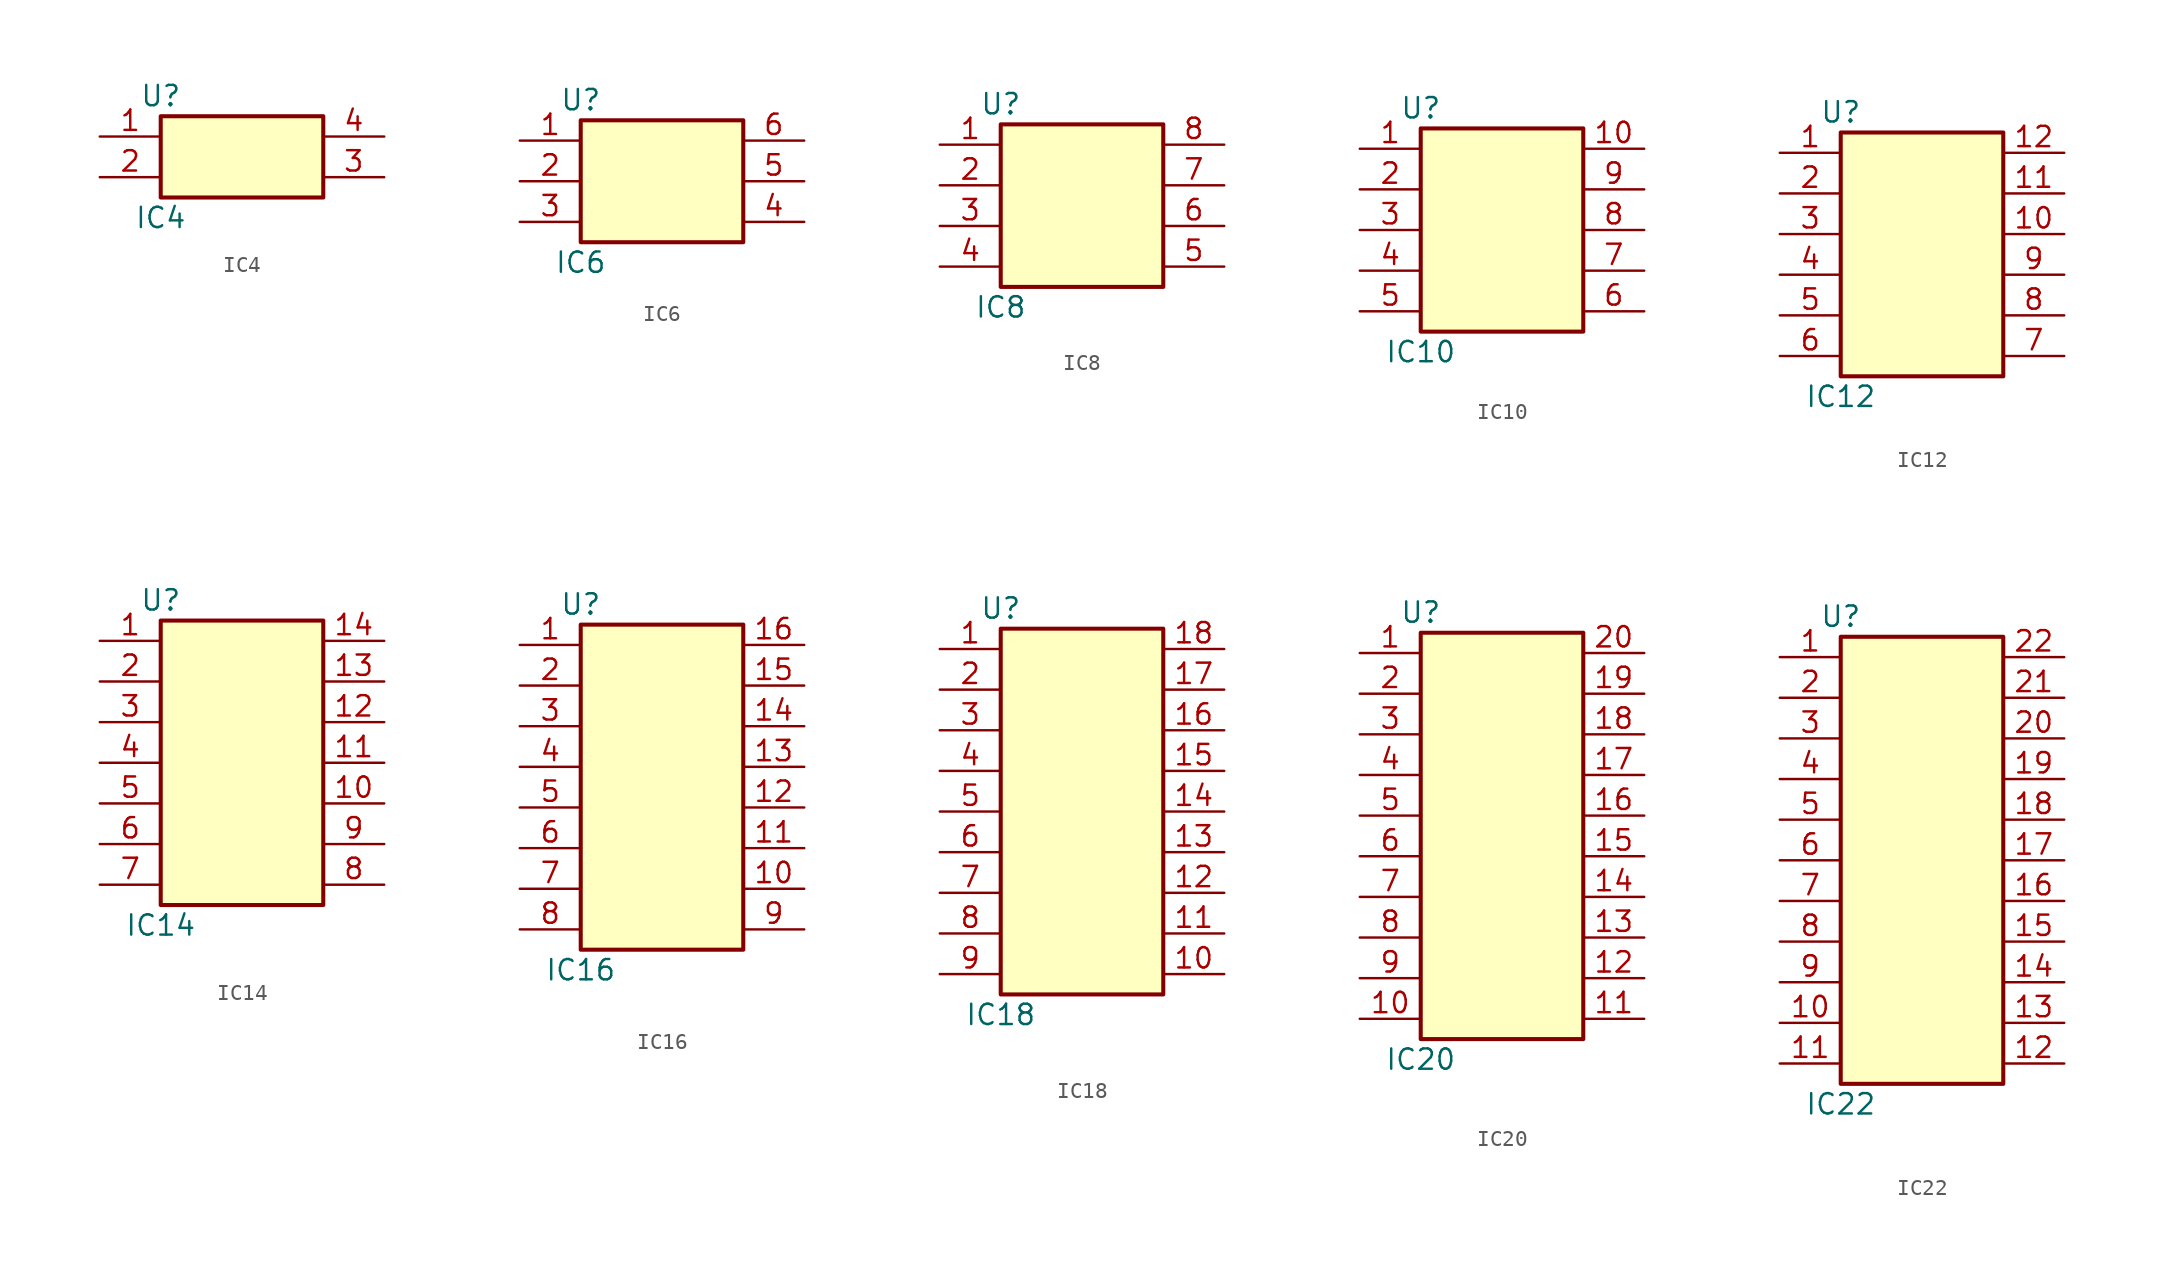
<source format=kicad_sym>
(kicad_symbol_lib
  (version 20211014)
  (generator kicad_symbol_editor)
  (symbol "IC4"
    (property "Reference" "U"
      (at -5.08 2.54 0)
      (effects (font (size 1.27 1.27))))
    (property "Value" "IC4"
      (at -5.08 -5.08 0)
      (effects (font (size 1.27 1.27))))
    (symbol "IC4_1_1"
      (rectangle (start -5.08 1.27) (end 5.08 -3.81) (stroke (width 0.254) (type default) (color 0 0 0 0)) (fill (type background)))
      (pin passive line (at -8.89 0 0) (length 3.81) (name "~" (effects (font (size 1.27 1.27)))) (number "1" (effects (font (size 1.27 1.27)))))
      (pin passive line (at -8.89 -2.54 0) (length 3.81) (name "~" (effects (font (size 1.27 1.27)))) (number "2" (effects (font (size 1.27 1.27)))))
      (pin passive line (at 8.89 -2.54 180) (length 3.81) (name "~" (effects (font (size 1.27 1.27)))) (number "3" (effects (font (size 1.27 1.27)))))
      (pin passive line (at 8.89 0 180) (length 3.81) (name "~" (effects (font (size 1.27 1.27)))) (number "4" (effects (font (size 1.27 1.27)))))))
  (symbol "IC6"
    (property "Reference" "U"
      (at -5.08 5.08 0)
      (effects (font (size 1.27 1.27))))
    (property "Value" "IC6"
      (at -5.08 -5.08 0)
      (effects (font (size 1.27 1.27))))
    (symbol "IC6_1_1"
      (rectangle (start -5.08 3.81) (end 5.08 -3.81) (stroke (width 0.254) (type default) (color 0 0 0 0)) (fill (type background)))
      (pin passive line (at -8.89 2.54 0) (length 3.81) (name "~" (effects (font (size 1.27 1.27)))) (number "1" (effects (font (size 1.27 1.27)))))
      (pin passive line (at -8.89 0 0) (length 3.81) (name "~" (effects (font (size 1.27 1.27)))) (number "2" (effects (font (size 1.27 1.27)))))
      (pin passive line (at -8.89 -2.54 0) (length 3.81) (name "~" (effects (font (size 1.27 1.27)))) (number "3" (effects (font (size 1.27 1.27)))))
      (pin passive line (at 8.89 -2.54 180) (length 3.81) (name "~" (effects (font (size 1.27 1.27)))) (number "4" (effects (font (size 1.27 1.27)))))
      (pin passive line (at 8.89 0 180) (length 3.81) (name "~" (effects (font (size 1.27 1.27)))) (number "5" (effects (font (size 1.27 1.27)))))
      (pin passive line (at 8.89 2.54 180) (length 3.81) (name "~" (effects (font (size 1.27 1.27)))) (number "6" (effects (font (size 1.27 1.27)))))))
  (symbol "IC8"
    (property "Reference" "U"
      (at -5.08 5.08 0)
      (effects (font (size 1.27 1.27))))
    (property "Value" "IC8"
      (at -5.08 -7.62 0)
      (effects (font (size 1.27 1.27))))
    (symbol "IC8_1_1"
      (rectangle (start -5.08 3.81) (end 5.08 -6.35) (stroke (width 0.254) (type default) (color 0 0 0 0)) (fill (type background)))
      (pin passive line (at -8.89 2.54 0) (length 3.81) (name "~" (effects (font (size 1.27 1.27)))) (number "1" (effects (font (size 1.27 1.27)))))
      (pin passive line (at -8.89 0 0) (length 3.81) (name "~" (effects (font (size 1.27 1.27)))) (number "2" (effects (font (size 1.27 1.27)))))
      (pin passive line (at -8.89 -2.54 0) (length 3.81) (name "~" (effects (font (size 1.27 1.27)))) (number "3" (effects (font (size 1.27 1.27)))))
      (pin passive line (at -8.89 -5.08 0) (length 3.81) (name "~" (effects (font (size 1.27 1.27)))) (number "4" (effects (font (size 1.27 1.27)))))
      (pin passive line (at 8.89 -5.08 180) (length 3.81) (name "~" (effects (font (size 1.27 1.27)))) (number "5" (effects (font (size 1.27 1.27)))))
      (pin passive line (at 8.89 -2.54 180) (length 3.81) (name "~" (effects (font (size 1.27 1.27)))) (number "6" (effects (font (size 1.27 1.27)))))
      (pin passive line (at 8.89 0 180) (length 3.81) (name "~" (effects (font (size 1.27 1.27)))) (number "7" (effects (font (size 1.27 1.27)))))
      (pin passive line (at 8.89 2.54 180) (length 3.81) (name "~" (effects (font (size 1.27 1.27)))) (number "8" (effects (font (size 1.27 1.27)))))))
  (symbol "IC10"
    (property "Reference" "U"
      (at -5.08 7.62 0)
      (effects (font (size 1.27 1.27))))
    (property "Value" "IC10"
      (at -5.08 -7.62 0)
      (effects (font (size 1.27 1.27))))
    (symbol "IC10_1_1"
      (rectangle (start -5.08 6.35) (end 5.08 -6.35) (stroke (width 0.254) (type default) (color 0 0 0 0)) (fill (type background)))
      (pin passive line (at -8.89 5.08 0) (length 3.81) (name "~" (effects (font (size 1.27 1.27)))) (number "1" (effects (font (size 1.27 1.27)))))
      (pin passive line (at 8.89 5.08 180) (length 3.81) (name "~" (effects (font (size 1.27 1.27)))) (number "10" (effects (font (size 1.27 1.27)))))
      (pin passive line (at -8.89 2.54 0) (length 3.81) (name "~" (effects (font (size 1.27 1.27)))) (number "2" (effects (font (size 1.27 1.27)))))
      (pin passive line (at -8.89 0 0) (length 3.81) (name "~" (effects (font (size 1.27 1.27)))) (number "3" (effects (font (size 1.27 1.27)))))
      (pin passive line (at -8.89 -2.54 0) (length 3.81) (name "~" (effects (font (size 1.27 1.27)))) (number "4" (effects (font (size 1.27 1.27)))))
      (pin passive line (at -8.89 -5.08 0) (length 3.81) (name "~" (effects (font (size 1.27 1.27)))) (number "5" (effects (font (size 1.27 1.27)))))
      (pin passive line (at 8.89 -5.08 180) (length 3.81) (name "~" (effects (font (size 1.27 1.27)))) (number "6" (effects (font (size 1.27 1.27)))))
      (pin passive line (at 8.89 -2.54 180) (length 3.81) (name "~" (effects (font (size 1.27 1.27)))) (number "7" (effects (font (size 1.27 1.27)))))
      (pin passive line (at 8.89 0 180) (length 3.81) (name "~" (effects (font (size 1.27 1.27)))) (number "8" (effects (font (size 1.27 1.27)))))
      (pin passive line (at 8.89 2.54 180) (length 3.81) (name "~" (effects (font (size 1.27 1.27)))) (number "9" (effects (font (size 1.27 1.27)))))))
  (symbol "IC12"
    (property "Reference" "U"
      (at -5.08 7.62 0)
      (effects (font (size 1.27 1.27))))
    (property "Value" "IC12"
      (at -5.08 -10.16 0)
      (effects (font (size 1.27 1.27))))
    (symbol "IC12_1_1"
      (rectangle (start -5.08 6.35) (end 5.08 -8.89) (stroke (width 0.254) (type default) (color 0 0 0 0)) (fill (type background)))
      (pin passive line (at -8.89 5.08 0) (length 3.81) (name "~" (effects (font (size 1.27 1.27)))) (number "1" (effects (font (size 1.27 1.27)))))
      (pin passive line (at 8.89 0 180) (length 3.81) (name "~" (effects (font (size 1.27 1.27)))) (number "10" (effects (font (size 1.27 1.27)))))
      (pin passive line (at 8.89 2.54 180) (length 3.81) (name "~" (effects (font (size 1.27 1.27)))) (number "11" (effects (font (size 1.27 1.27)))))
      (pin passive line (at 8.89 5.08 180) (length 3.81) (name "~" (effects (font (size 1.27 1.27)))) (number "12" (effects (font (size 1.27 1.27)))))
      (pin passive line (at -8.89 2.54 0) (length 3.81) (name "~" (effects (font (size 1.27 1.27)))) (number "2" (effects (font (size 1.27 1.27)))))
      (pin passive line (at -8.89 0 0) (length 3.81) (name "~" (effects (font (size 1.27 1.27)))) (number "3" (effects (font (size 1.27 1.27)))))
      (pin passive line (at -8.89 -2.54 0) (length 3.81) (name "~" (effects (font (size 1.27 1.27)))) (number "4" (effects (font (size 1.27 1.27)))))
      (pin passive line (at -8.89 -5.08 0) (length 3.81) (name "~" (effects (font (size 1.27 1.27)))) (number "5" (effects (font (size 1.27 1.27)))))
      (pin passive line (at -8.89 -7.62 0) (length 3.81) (name "~" (effects (font (size 1.27 1.27)))) (number "6" (effects (font (size 1.27 1.27)))))
      (pin passive line (at 8.89 -7.62 180) (length 3.81) (name "~" (effects (font (size 1.27 1.27)))) (number "7" (effects (font (size 1.27 1.27)))))
      (pin passive line (at 8.89 -5.08 180) (length 3.81) (name "~" (effects (font (size 1.27 1.27)))) (number "8" (effects (font (size 1.27 1.27)))))
      (pin passive line (at 8.89 -2.54 180) (length 3.81) (name "~" (effects (font (size 1.27 1.27)))) (number "9" (effects (font (size 1.27 1.27)))))))
  (symbol "IC14"
    (property "Reference" "U"
      (at -5.08 10.16 0)
      (effects (font (size 1.27 1.27))))
    (property "Value" "IC14"
      (at -5.08 -10.16 0)
      (effects (font (size 1.27 1.27))))
    (symbol "IC14_1_1"
      (rectangle (start -5.08 8.89) (end 5.08 -8.89) (stroke (width 0.254) (type default) (color 0 0 0 0)) (fill (type background)))
      (pin passive line (at -8.89 7.62 0) (length 3.81) (name "~" (effects (font (size 1.27 1.27)))) (number "1" (effects (font (size 1.27 1.27)))))
      (pin passive line (at 8.89 -2.54 180) (length 3.81) (name "~" (effects (font (size 1.27 1.27)))) (number "10" (effects (font (size 1.27 1.27)))))
      (pin passive line (at 8.89 0 180) (length 3.81) (name "~" (effects (font (size 1.27 1.27)))) (number "11" (effects (font (size 1.27 1.27)))))
      (pin passive line (at 8.89 2.54 180) (length 3.81) (name "~" (effects (font (size 1.27 1.27)))) (number "12" (effects (font (size 1.27 1.27)))))
      (pin passive line (at 8.89 5.08 180) (length 3.81) (name "~" (effects (font (size 1.27 1.27)))) (number "13" (effects (font (size 1.27 1.27)))))
      (pin passive line (at 8.89 7.62 180) (length 3.81) (name "~" (effects (font (size 1.27 1.27)))) (number "14" (effects (font (size 1.27 1.27)))))
      (pin passive line (at -8.89 5.08 0) (length 3.81) (name "~" (effects (font (size 1.27 1.27)))) (number "2" (effects (font (size 1.27 1.27)))))
      (pin passive line (at -8.89 2.54 0) (length 3.81) (name "~" (effects (font (size 1.27 1.27)))) (number "3" (effects (font (size 1.27 1.27)))))
      (pin passive line (at -8.89 0 0) (length 3.81) (name "~" (effects (font (size 1.27 1.27)))) (number "4" (effects (font (size 1.27 1.27)))))
      (pin passive line (at -8.89 -2.54 0) (length 3.81) (name "~" (effects (font (size 1.27 1.27)))) (number "5" (effects (font (size 1.27 1.27)))))
      (pin passive line (at -8.89 -5.08 0) (length 3.81) (name "~" (effects (font (size 1.27 1.27)))) (number "6" (effects (font (size 1.27 1.27)))))
      (pin passive line (at -8.89 -7.62 0) (length 3.81) (name "~" (effects (font (size 1.27 1.27)))) (number "7" (effects (font (size 1.27 1.27)))))
      (pin passive line (at 8.89 -7.62 180) (length 3.81) (name "~" (effects (font (size 1.27 1.27)))) (number "8" (effects (font (size 1.27 1.27)))))
      (pin passive line (at 8.89 -5.08 180) (length 3.81) (name "~" (effects (font (size 1.27 1.27)))) (number "9" (effects (font (size 1.27 1.27)))))))
  (symbol "IC16"
    (property "Reference" "U"
      (at -5.08 10.16 0)
      (effects (font (size 1.27 1.27))))
    (property "Value" "IC16"
      (at -5.08 -12.7 0)
      (effects (font (size 1.27 1.27))))
    (symbol "IC16_1_1"
      (rectangle (start -5.08 8.89) (end 5.08 -11.43) (stroke (width 0.254) (type default) (color 0 0 0 0)) (fill (type background)))
      (pin passive line (at -8.89 7.62 0) (length 3.81) (name "~" (effects (font (size 1.27 1.27)))) (number "1" (effects (font (size 1.27 1.27)))))
      (pin passive line (at 8.89 -7.62 180) (length 3.81) (name "~" (effects (font (size 1.27 1.27)))) (number "10" (effects (font (size 1.27 1.27)))))
      (pin passive line (at 8.89 -5.08 180) (length 3.81) (name "~" (effects (font (size 1.27 1.27)))) (number "11" (effects (font (size 1.27 1.27)))))
      (pin passive line (at 8.89 -2.54 180) (length 3.81) (name "~" (effects (font (size 1.27 1.27)))) (number "12" (effects (font (size 1.27 1.27)))))
      (pin passive line (at 8.89 0 180) (length 3.81) (name "~" (effects (font (size 1.27 1.27)))) (number "13" (effects (font (size 1.27 1.27)))))
      (pin passive line (at 8.89 2.54 180) (length 3.81) (name "~" (effects (font (size 1.27 1.27)))) (number "14" (effects (font (size 1.27 1.27)))))
      (pin passive line (at 8.89 5.08 180) (length 3.81) (name "~" (effects (font (size 1.27 1.27)))) (number "15" (effects (font (size 1.27 1.27)))))
      (pin passive line (at 8.89 7.62 180) (length 3.81) (name "~" (effects (font (size 1.27 1.27)))) (number "16" (effects (font (size 1.27 1.27)))))
      (pin passive line (at -8.89 5.08 0) (length 3.81) (name "~" (effects (font (size 1.27 1.27)))) (number "2" (effects (font (size 1.27 1.27)))))
      (pin passive line (at -8.89 2.54 0) (length 3.81) (name "~" (effects (font (size 1.27 1.27)))) (number "3" (effects (font (size 1.27 1.27)))))
      (pin passive line (at -8.89 0 0) (length 3.81) (name "~" (effects (font (size 1.27 1.27)))) (number "4" (effects (font (size 1.27 1.27)))))
      (pin passive line (at -8.89 -2.54 0) (length 3.81) (name "~" (effects (font (size 1.27 1.27)))) (number "5" (effects (font (size 1.27 1.27)))))
      (pin passive line (at -8.89 -5.08 0) (length 3.81) (name "~" (effects (font (size 1.27 1.27)))) (number "6" (effects (font (size 1.27 1.27)))))
      (pin passive line (at -8.89 -7.62 0) (length 3.81) (name "~" (effects (font (size 1.27 1.27)))) (number "7" (effects (font (size 1.27 1.27)))))
      (pin passive line (at -8.89 -10.16 0) (length 3.81) (name "~" (effects (font (size 1.27 1.27)))) (number "8" (effects (font (size 1.27 1.27)))))
      (pin passive line (at 8.89 -10.16 180) (length 3.81) (name "~" (effects (font (size 1.27 1.27)))) (number "9" (effects (font (size 1.27 1.27)))))))
  (symbol "IC18"
    (property "Reference" "U"
      (at -5.08 12.7 0)
      (effects (font (size 1.27 1.27))))
    (property "Value" "IC18"
      (at -5.08 -12.7 0)
      (effects (font (size 1.27 1.27))))
    (symbol "IC18_1_1"
      (rectangle (start -5.08 11.43) (end 5.08 -11.43) (stroke (width 0.254) (type default) (color 0 0 0 0)) (fill (type background)))
      (pin passive line (at -8.89 10.16 0) (length 3.81) (name "~" (effects (font (size 1.27 1.27)))) (number "1" (effects (font (size 1.27 1.27)))))
      (pin passive line (at 8.89 -10.16 180) (length 3.81) (name "~" (effects (font (size 1.27 1.27)))) (number "10" (effects (font (size 1.27 1.27)))))
      (pin passive line (at 8.89 -7.62 180) (length 3.81) (name "~" (effects (font (size 1.27 1.27)))) (number "11" (effects (font (size 1.27 1.27)))))
      (pin passive line (at 8.89 -5.08 180) (length 3.81) (name "~" (effects (font (size 1.27 1.27)))) (number "12" (effects (font (size 1.27 1.27)))))
      (pin passive line (at 8.89 -2.54 180) (length 3.81) (name "~" (effects (font (size 1.27 1.27)))) (number "13" (effects (font (size 1.27 1.27)))))
      (pin passive line (at 8.89 0 180) (length 3.81) (name "~" (effects (font (size 1.27 1.27)))) (number "14" (effects (font (size 1.27 1.27)))))
      (pin passive line (at 8.89 2.54 180) (length 3.81) (name "~" (effects (font (size 1.27 1.27)))) (number "15" (effects (font (size 1.27 1.27)))))
      (pin passive line (at 8.89 5.08 180) (length 3.81) (name "~" (effects (font (size 1.27 1.27)))) (number "16" (effects (font (size 1.27 1.27)))))
      (pin passive line (at 8.89 7.62 180) (length 3.81) (name "~" (effects (font (size 1.27 1.27)))) (number "17" (effects (font (size 1.27 1.27)))))
      (pin passive line (at 8.89 10.16 180) (length 3.81) (name "~" (effects (font (size 1.27 1.27)))) (number "18" (effects (font (size 1.27 1.27)))))
      (pin passive line (at -8.89 7.62 0) (length 3.81) (name "~" (effects (font (size 1.27 1.27)))) (number "2" (effects (font (size 1.27 1.27)))))
      (pin passive line (at -8.89 5.08 0) (length 3.81) (name "~" (effects (font (size 1.27 1.27)))) (number "3" (effects (font (size 1.27 1.27)))))
      (pin passive line (at -8.89 2.54 0) (length 3.81) (name "~" (effects (font (size 1.27 1.27)))) (number "4" (effects (font (size 1.27 1.27)))))
      (pin passive line (at -8.89 0 0) (length 3.81) (name "~" (effects (font (size 1.27 1.27)))) (number "5" (effects (font (size 1.27 1.27)))))
      (pin passive line (at -8.89 -2.54 0) (length 3.81) (name "~" (effects (font (size 1.27 1.27)))) (number "6" (effects (font (size 1.27 1.27)))))
      (pin passive line (at -8.89 -5.08 0) (length 3.81) (name "~" (effects (font (size 1.27 1.27)))) (number "7" (effects (font (size 1.27 1.27)))))
      (pin passive line (at -8.89 -7.62 0) (length 3.81) (name "~" (effects (font (size 1.27 1.27)))) (number "8" (effects (font (size 1.27 1.27)))))
      (pin passive line (at -8.89 -10.16 0) (length 3.81) (name "~" (effects (font (size 1.27 1.27)))) (number "9" (effects (font (size 1.27 1.27)))))))
  (symbol "IC20"
    (property "Reference" "U"
      (at -5.08 12.7 0)
      (effects (font (size 1.27 1.27))))
    (property "Value" "IC20"
      (at -5.08 -15.24 0)
      (effects (font (size 1.27 1.27))))
    (symbol "IC20_1_1"
      (rectangle (start -5.08 11.43) (end 5.08 -13.97) (stroke (width 0.254) (type default) (color 0 0 0 0)) (fill (type background)))
      (pin passive line (at -8.89 10.16 0) (length 3.81) (name "~" (effects (font (size 1.27 1.27)))) (number "1" (effects (font (size 1.27 1.27)))))
      (pin passive line (at -8.89 -12.7 0) (length 3.81) (name "~" (effects (font (size 1.27 1.27)))) (number "10" (effects (font (size 1.27 1.27)))))
      (pin passive line (at 8.89 -12.7 180) (length 3.81) (name "~" (effects (font (size 1.27 1.27)))) (number "11" (effects (font (size 1.27 1.27)))))
      (pin passive line (at 8.89 -10.16 180) (length 3.81) (name "~" (effects (font (size 1.27 1.27)))) (number "12" (effects (font (size 1.27 1.27)))))
      (pin passive line (at 8.89 -7.62 180) (length 3.81) (name "~" (effects (font (size 1.27 1.27)))) (number "13" (effects (font (size 1.27 1.27)))))
      (pin passive line (at 8.89 -5.08 180) (length 3.81) (name "~" (effects (font (size 1.27 1.27)))) (number "14" (effects (font (size 1.27 1.27)))))
      (pin passive line (at 8.89 -2.54 180) (length 3.81) (name "~" (effects (font (size 1.27 1.27)))) (number "15" (effects (font (size 1.27 1.27)))))
      (pin passive line (at 8.89 0 180) (length 3.81) (name "~" (effects (font (size 1.27 1.27)))) (number "16" (effects (font (size 1.27 1.27)))))
      (pin passive line (at 8.89 2.54 180) (length 3.81) (name "~" (effects (font (size 1.27 1.27)))) (number "17" (effects (font (size 1.27 1.27)))))
      (pin passive line (at 8.89 5.08 180) (length 3.81) (name "~" (effects (font (size 1.27 1.27)))) (number "18" (effects (font (size 1.27 1.27)))))
      (pin passive line (at 8.89 7.62 180) (length 3.81) (name "~" (effects (font (size 1.27 1.27)))) (number "19" (effects (font (size 1.27 1.27)))))
      (pin passive line (at -8.89 7.62 0) (length 3.81) (name "~" (effects (font (size 1.27 1.27)))) (number "2" (effects (font (size 1.27 1.27)))))
      (pin passive line (at 8.89 10.16 180) (length 3.81) (name "~" (effects (font (size 1.27 1.27)))) (number "20" (effects (font (size 1.27 1.27)))))
      (pin passive line (at -8.89 5.08 0) (length 3.81) (name "~" (effects (font (size 1.27 1.27)))) (number "3" (effects (font (size 1.27 1.27)))))
      (pin passive line (at -8.89 2.54 0) (length 3.81) (name "~" (effects (font (size 1.27 1.27)))) (number "4" (effects (font (size 1.27 1.27)))))
      (pin passive line (at -8.89 0 0) (length 3.81) (name "~" (effects (font (size 1.27 1.27)))) (number "5" (effects (font (size 1.27 1.27)))))
      (pin passive line (at -8.89 -2.54 0) (length 3.81) (name "~" (effects (font (size 1.27 1.27)))) (number "6" (effects (font (size 1.27 1.27)))))
      (pin passive line (at -8.89 -5.08 0) (length 3.81) (name "~" (effects (font (size 1.27 1.27)))) (number "7" (effects (font (size 1.27 1.27)))))
      (pin passive line (at -8.89 -7.62 0) (length 3.81) (name "~" (effects (font (size 1.27 1.27)))) (number "8" (effects (font (size 1.27 1.27)))))
      (pin passive line (at -8.89 -10.16 0) (length 3.81) (name "~" (effects (font (size 1.27 1.27)))) (number "9" (effects (font (size 1.27 1.27)))))))
  (symbol "IC22"
    (property "Reference" "U"
      (at -5.08 15.24 0)
      (effects (font (size 1.27 1.27))))
    (property "Value" "IC22"
      (at -5.08 -15.24 0)
      (effects (font (size 1.27 1.27))))
    (symbol "IC22_1_1"
      (rectangle (start -5.08 13.97) (end 5.08 -13.97) (stroke (width 0.254) (type default) (color 0 0 0 0)) (fill (type background)))
      (pin passive line (at -8.89 12.7 0) (length 3.81) (name "~" (effects (font (size 1.27 1.27)))) (number "1" (effects (font (size 1.27 1.27)))))
      (pin passive line (at -8.89 -10.16 0) (length 3.81) (name "~" (effects (font (size 1.27 1.27)))) (number "10" (effects (font (size 1.27 1.27)))))
      (pin passive line (at -8.89 -12.7 0) (length 3.81) (name "~" (effects (font (size 1.27 1.27)))) (number "11" (effects (font (size 1.27 1.27)))))
      (pin passive line (at 8.89 -12.7 180) (length 3.81) (name "~" (effects (font (size 1.27 1.27)))) (number "12" (effects (font (size 1.27 1.27)))))
      (pin passive line (at 8.89 -10.16 180) (length 3.81) (name "~" (effects (font (size 1.27 1.27)))) (number "13" (effects (font (size 1.27 1.27)))))
      (pin passive line (at 8.89 -7.62 180) (length 3.81) (name "~" (effects (font (size 1.27 1.27)))) (number "14" (effects (font (size 1.27 1.27)))))
      (pin passive line (at 8.89 -5.08 180) (length 3.81) (name "~" (effects (font (size 1.27 1.27)))) (number "15" (effects (font (size 1.27 1.27)))))
      (pin passive line (at 8.89 -2.54 180) (length 3.81) (name "~" (effects (font (size 1.27 1.27)))) (number "16" (effects (font (size 1.27 1.27)))))
      (pin passive line (at 8.89 0 180) (length 3.81) (name "~" (effects (font (size 1.27 1.27)))) (number "17" (effects (font (size 1.27 1.27)))))
      (pin passive line (at 8.89 2.54 180) (length 3.81) (name "~" (effects (font (size 1.27 1.27)))) (number "18" (effects (font (size 1.27 1.27)))))
      (pin passive line (at 8.89 5.08 180) (length 3.81) (name "~" (effects (font (size 1.27 1.27)))) (number "19" (effects (font (size 1.27 1.27)))))
      (pin passive line (at -8.89 10.16 0) (length 3.81) (name "~" (effects (font (size 1.27 1.27)))) (number "2" (effects (font (size 1.27 1.27)))))
      (pin passive line (at 8.89 7.62 180) (length 3.81) (name "~" (effects (font (size 1.27 1.27)))) (number "20" (effects (font (size 1.27 1.27)))))
      (pin passive line (at 8.89 10.16 180) (length 3.81) (name "~" (effects (font (size 1.27 1.27)))) (number "21" (effects (font (size 1.27 1.27)))))
      (pin passive line (at 8.89 12.7 180) (length 3.81) (name "~" (effects (font (size 1.27 1.27)))) (number "22" (effects (font (size 1.27 1.27)))))
      (pin passive line (at -8.89 7.62 0) (length 3.81) (name "~" (effects (font (size 1.27 1.27)))) (number "3" (effects (font (size 1.27 1.27)))))
      (pin passive line (at -8.89 5.08 0) (length 3.81) (name "~" (effects (font (size 1.27 1.27)))) (number "4" (effects (font (size 1.27 1.27)))))
      (pin passive line (at -8.89 2.54 0) (length 3.81) (name "~" (effects (font (size 1.27 1.27)))) (number "5" (effects (font (size 1.27 1.27)))))
      (pin passive line (at -8.89 0 0) (length 3.81) (name "~" (effects (font (size 1.27 1.27)))) (number "6" (effects (font (size 1.27 1.27)))))
      (pin passive line (at -8.89 -2.54 0) (length 3.81) (name "~" (effects (font (size 1.27 1.27)))) (number "7" (effects (font (size 1.27 1.27)))))
      (pin passive line (at -8.89 -5.08 0) (length 3.81) (name "~" (effects (font (size 1.27 1.27)))) (number "8" (effects (font (size 1.27 1.27)))))
      (pin passive line (at -8.89 -7.62 0) (length 3.81) (name "~" (effects (font (size 1.27 1.27)))) (number "9" (effects (font (size 1.27 1.27))))))))
</source>
